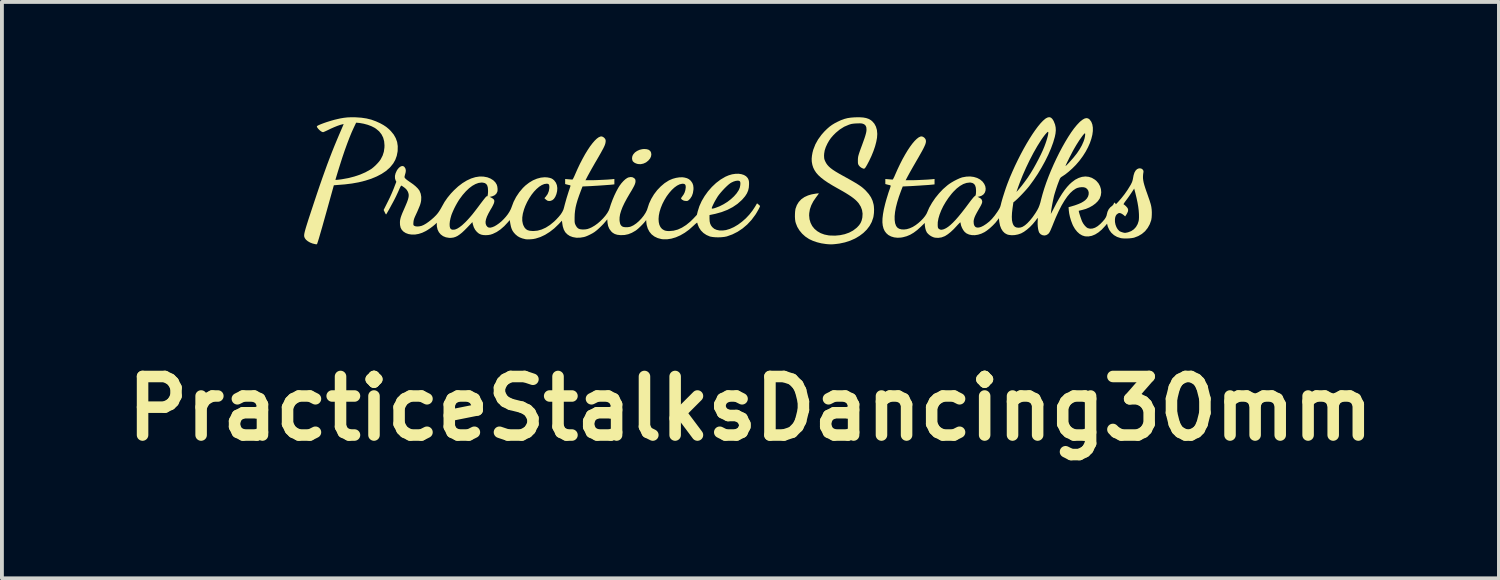
<source format=kicad_pcb>
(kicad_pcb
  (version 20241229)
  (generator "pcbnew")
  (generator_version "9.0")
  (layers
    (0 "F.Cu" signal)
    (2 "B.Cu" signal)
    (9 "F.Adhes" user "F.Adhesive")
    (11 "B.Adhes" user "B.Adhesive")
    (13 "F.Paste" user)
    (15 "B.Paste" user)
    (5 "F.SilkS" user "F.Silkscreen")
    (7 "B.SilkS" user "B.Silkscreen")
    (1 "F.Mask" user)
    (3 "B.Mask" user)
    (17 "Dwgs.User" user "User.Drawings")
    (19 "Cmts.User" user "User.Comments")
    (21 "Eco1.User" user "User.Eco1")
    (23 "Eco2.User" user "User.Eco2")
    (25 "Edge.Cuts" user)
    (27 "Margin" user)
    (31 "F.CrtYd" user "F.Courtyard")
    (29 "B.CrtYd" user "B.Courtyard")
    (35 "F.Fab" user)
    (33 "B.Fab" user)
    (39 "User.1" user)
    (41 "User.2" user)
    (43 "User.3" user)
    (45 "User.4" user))
  (footprint "PracticeStalksDancing30mm"
    (layer "F.Cu")
    (at 16.481 7.583)
    (property "Reference" "PracticeStalksDancing30mm" (at 0 0 0) (layer "F.SilkS") (effects (font (size 1.524 1.524) (thickness 0.3))))
    (attr board_only exclude_from_pos_files exclude_from_bom)
    (fp_poly (pts (xy -2.699 -6.75) (xy -2.647 -6.734) (xy -2.609 -6.704) (xy -2.606 -6.701) (xy -2.586 -6.662) (xy -2.579 -6.614) (xy -2.587 -6.563) (xy -2.608 -6.515) (xy -2.609 -6.512) (xy -2.658 -6.453) (xy -2.717 -6.406) (xy -2.785 -6.375) (xy -2.857 -6.36) (xy -2.929 -6.364) (xy -2.929 -6.364) (xy -2.979 -6.379) (xy -3.024 -6.402) (xy -3.057 -6.431) (xy -3.065 -6.443) (xy -3.075 -6.471) (xy -3.081 -6.509) (xy -3.081 -6.52) (xy -3.072 -6.572) (xy -3.045 -6.622) (xy -3.004 -6.667) (xy -2.95 -6.704) (xy -2.888 -6.733) (xy -2.819 -6.75) (xy -2.766 -6.755)) (stroke (width 0) (type solid)) (fill yes) (layer "F.SilkS"))
    (fp_poly (pts (xy -10.301 -7.581) (xy -10.276 -7.58) (xy -10.128 -7.57) (xy -9.993 -7.55) (xy -9.867 -7.519) (xy -9.744 -7.474) (xy -9.64 -7.427) (xy -9.551 -7.378) (xy -9.476 -7.328) (xy -9.407 -7.27) (xy -9.358 -7.221) (xy -9.285 -7.132) (xy -9.231 -7.037) (xy -9.195 -6.937) (xy -9.179 -6.83) (xy -9.181 -6.715) (xy -9.183 -6.69) (xy -9.205 -6.577) (xy -9.243 -6.473) (xy -9.297 -6.378) (xy -9.37 -6.288) (xy -9.394 -6.263) (xy -9.488 -6.181) (xy -9.599 -6.107) (xy -9.727 -6.04) (xy -9.869 -5.981) (xy -10.024 -5.931) (xy -10.192 -5.889) (xy -10.37 -5.857) (xy -10.557 -5.834) (xy -10.584 -5.832) (xy -10.641 -5.827) (xy -10.696 -5.823) (xy -10.744 -5.819) (xy -10.779 -5.816) (xy -10.781 -5.816) (xy -10.842 -5.811) (xy -10.89 -5.639) (xy -10.944 -5.445) (xy -10.993 -5.269) (xy -11.037 -5.111) (xy -11.077 -4.969) (xy -11.112 -4.844) (xy -11.143 -4.733) (xy -11.171 -4.637) (xy -11.195 -4.554) (xy -11.215 -4.484) (xy -11.232 -4.426) (xy -11.247 -4.378) (xy -11.259 -4.341) (xy -11.268 -4.313) (xy -11.275 -4.293) (xy -11.281 -4.281) (xy -11.284 -4.276) (xy -11.285 -4.275) (xy -11.306 -4.276) (xy -11.324 -4.278) (xy -11.395 -4.295) (xy -11.462 -4.321) (xy -11.52 -4.355) (xy -11.566 -4.393) (xy -11.592 -4.427) (xy -11.601 -4.444) (xy -11.608 -4.46) (xy -11.613 -4.478) (xy -11.615 -4.498) (xy -11.614 -4.523) (xy -11.61 -4.553) (xy -11.602 -4.591) (xy -11.59 -4.637) (xy -11.574 -4.695) (xy -11.553 -4.764) (xy -11.527 -4.846) (xy -11.496 -4.944) (xy -11.458 -5.059) (xy -11.439 -5.117) (xy -11.359 -5.359) (xy -11.284 -5.584) (xy -11.213 -5.794) (xy -11.158 -5.952) (xy -10.802 -5.952) (xy -10.768 -5.952) (xy -10.744 -5.954) (xy -10.706 -5.958) (xy -10.66 -5.964) (xy -10.632 -5.968) (xy -10.466 -5.998) (xy -10.307 -6.039) (xy -10.158 -6.089) (xy -10.022 -6.148) (xy -9.902 -6.214) (xy -9.869 -6.235) (xy -9.819 -6.273) (xy -9.765 -6.321) (xy -9.713 -6.374) (xy -9.665 -6.428) (xy -9.629 -6.477) (xy -9.622 -6.488) (xy -9.573 -6.583) (xy -9.541 -6.683) (xy -9.526 -6.789) (xy -9.524 -6.851) (xy -9.533 -6.956) (xy -9.559 -7.052) (xy -9.603 -7.138) (xy -9.664 -7.215) (xy -9.743 -7.281) (xy -9.782 -7.307) (xy -9.865 -7.349) (xy -9.961 -7.385) (xy -10.065 -7.413) (xy -10.17 -7.432) (xy -10.211 -7.436) (xy -10.262 -7.44) (xy -10.323 -7.312) (xy -10.378 -7.191) (xy -10.435 -7.052) (xy -10.495 -6.895) (xy -10.558 -6.721) (xy -10.622 -6.532) (xy -10.687 -6.328) (xy -10.738 -6.165) (xy -10.802 -5.952) (xy -11.158 -5.952) (xy -11.145 -5.99) (xy -11.079 -6.174) (xy -11.016 -6.349) (xy -10.953 -6.515) (xy -10.891 -6.676) (xy -10.828 -6.833) (xy -10.764 -6.987) (xy -10.699 -7.141) (xy -10.688 -7.166) (xy -10.586 -7.404) (xy -10.617 -7.398) (xy -10.678 -7.382) (xy -10.752 -7.356) (xy -10.834 -7.323) (xy -10.922 -7.284) (xy -10.963 -7.264) (xy -11.013 -7.24) (xy -11.058 -7.219) (xy -11.094 -7.203) (xy -11.117 -7.194) (xy -11.124 -7.193) (xy -11.15 -7.2) (xy -11.183 -7.22) (xy -11.217 -7.248) (xy -11.248 -7.28) (xy -11.272 -7.311) (xy -11.284 -7.338) (xy -11.284 -7.345) (xy -11.275 -7.355) (xy -11.249 -7.37) (xy -11.21 -7.388) (xy -11.158 -7.409) (xy -11.099 -7.431) (xy -11.033 -7.454) (xy -10.963 -7.476) (xy -10.893 -7.497) (xy -10.825 -7.516) (xy -10.779 -7.527) (xy -10.674 -7.551) (xy -10.58 -7.567) (xy -10.491 -7.577) (xy -10.401 -7.581)) (stroke (width 0) (type solid)) (fill yes) (layer "F.SilkS"))
    (fp_poly (pts (xy 2.935 -7.575) (xy 3.011 -7.561) (xy 3.075 -7.539) (xy 3.131 -7.508) (xy 3.169 -7.478) (xy 3.225 -7.414) (xy 3.266 -7.338) (xy 3.292 -7.25) (xy 3.301 -7.152) (xy 3.301 -7.144) (xy 3.295 -7.048) (xy 3.275 -6.941) (xy 3.244 -6.824) (xy 3.202 -6.701) (xy 3.15 -6.573) (xy 3.089 -6.444) (xy 3.035 -6.342) (xy 3.008 -6.296) (xy 2.988 -6.265) (xy 2.971 -6.248) (xy 2.954 -6.242) (xy 2.933 -6.246) (xy 2.905 -6.259) (xy 2.893 -6.264) (xy 2.852 -6.293) (xy 2.823 -6.326) (xy 2.81 -6.347) (xy 2.802 -6.368) (xy 2.798 -6.393) (xy 2.797 -6.429) (xy 2.797 -6.457) (xy 2.797 -6.488) (xy 2.799 -6.515) (xy 2.802 -6.541) (xy 2.807 -6.57) (xy 2.816 -6.602) (xy 2.828 -6.642) (xy 2.845 -6.692) (xy 2.867 -6.754) (xy 2.895 -6.83) (xy 2.911 -6.873) (xy 2.944 -6.965) (xy 2.971 -7.041) (xy 2.991 -7.104) (xy 3.005 -7.155) (xy 3.015 -7.198) (xy 3.02 -7.235) (xy 3.021 -7.266) (xy 3.016 -7.321) (xy 2.999 -7.362) (xy 2.969 -7.392) (xy 2.945 -7.405) (xy 2.923 -7.413) (xy 2.901 -7.419) (xy 2.874 -7.422) (xy 2.839 -7.423) (xy 2.789 -7.421) (xy 2.772 -7.421) (xy 2.713 -7.418) (xy 2.667 -7.413) (xy 2.629 -7.407) (xy 2.59 -7.396) (xy 2.558 -7.385) (xy 2.439 -7.334) (xy 2.326 -7.263) (xy 2.223 -7.178) (xy 2.153 -7.108) (xy 2.096 -7.042) (xy 2.048 -6.973) (xy 2.006 -6.9) (xy 1.962 -6.806) (xy 1.933 -6.719) (xy 1.919 -6.635) (xy 1.916 -6.582) (xy 1.918 -6.536) (xy 1.922 -6.501) (xy 1.931 -6.47) (xy 1.947 -6.433) (xy 1.948 -6.431) (xy 1.972 -6.385) (xy 2.003 -6.341) (xy 2.041 -6.299) (xy 2.088 -6.257) (xy 2.146 -6.214) (xy 2.218 -6.167) (xy 2.304 -6.116) (xy 2.391 -6.067) (xy 2.5 -6.007) (xy 2.593 -5.955) (xy 2.672 -5.91) (xy 2.738 -5.871) (xy 2.795 -5.836) (xy 2.842 -5.805) (xy 2.883 -5.776) (xy 2.919 -5.748) (xy 2.952 -5.719) (xy 2.984 -5.69) (xy 3.006 -5.667) (xy 3.081 -5.582) (xy 3.138 -5.497) (xy 3.179 -5.408) (xy 3.205 -5.313) (xy 3.212 -5.272) (xy 3.218 -5.183) (xy 3.215 -5.089) (xy 3.203 -4.999) (xy 3.195 -4.965) (xy 3.157 -4.855) (xy 3.101 -4.752) (xy 3.028 -4.657) (xy 2.94 -4.57) (xy 2.838 -4.493) (xy 2.723 -4.425) (xy 2.597 -4.369) (xy 2.461 -4.325) (xy 2.316 -4.294) (xy 2.222 -4.282) (xy 2.169 -4.277) (xy 2.126 -4.274) (xy 2.087 -4.274) (xy 2.046 -4.275) (xy 1.996 -4.279) (xy 1.958 -4.283) (xy 1.846 -4.3) (xy 1.733 -4.328) (xy 1.626 -4.365) (xy 1.531 -4.409) (xy 1.524 -4.413) (xy 1.429 -4.476) (xy 1.345 -4.552) (xy 1.275 -4.637) (xy 1.219 -4.729) (xy 1.181 -4.826) (xy 1.17 -4.867) (xy 1.162 -4.923) (xy 1.158 -4.99) (xy 1.159 -5.061) (xy 1.163 -5.129) (xy 1.171 -5.187) (xy 1.174 -5.202) (xy 1.208 -5.294) (xy 1.258 -5.376) (xy 1.323 -5.446) (xy 1.404 -5.503) (xy 1.498 -5.546) (xy 1.583 -5.572) (xy 1.63 -5.581) (xy 1.676 -5.589) (xy 1.718 -5.596) (xy 1.753 -5.599) (xy 1.775 -5.6) (xy 1.781 -5.597) (xy 1.775 -5.588) (xy 1.759 -5.566) (xy 1.736 -5.535) (xy 1.71 -5.5) (xy 1.637 -5.394) (xy 1.584 -5.291) (xy 1.548 -5.188) (xy 1.531 -5.086) (xy 1.528 -5.027) (xy 1.538 -4.926) (xy 1.565 -4.834) (xy 1.608 -4.75) (xy 1.667 -4.677) (xy 1.741 -4.615) (xy 1.827 -4.565) (xy 1.925 -4.529) (xy 2.034 -4.507) (xy 2.067 -4.504) (xy 2.203 -4.5) (xy 2.333 -4.512) (xy 2.455 -4.538) (xy 2.568 -4.578) (xy 2.67 -4.632) (xy 2.757 -4.698) (xy 2.777 -4.716) (xy 2.83 -4.773) (xy 2.867 -4.829) (xy 2.893 -4.889) (xy 2.91 -4.958) (xy 2.913 -4.974) (xy 2.919 -5.072) (xy 2.905 -5.166) (xy 2.872 -5.254) (xy 2.82 -5.338) (xy 2.804 -5.358) (xy 2.768 -5.398) (xy 2.727 -5.437) (xy 2.678 -5.477) (xy 2.621 -5.519) (xy 2.553 -5.564) (xy 2.473 -5.614) (xy 2.378 -5.669) (xy 2.267 -5.732) (xy 2.266 -5.732) (xy 2.133 -5.808) (xy 2.017 -5.879) (xy 1.919 -5.946) (xy 1.836 -6.011) (xy 1.767 -6.074) (xy 1.711 -6.138) (xy 1.668 -6.203) (xy 1.635 -6.27) (xy 1.612 -6.341) (xy 1.598 -6.417) (xy 1.596 -6.438) (xy 1.594 -6.502) (xy 1.601 -6.578) (xy 1.615 -6.658) (xy 1.635 -6.735) (xy 1.637 -6.74) (xy 1.69 -6.876) (xy 1.761 -7.004) (xy 1.849 -7.125) (xy 1.923 -7.209) (xy 1.993 -7.278) (xy 2.058 -7.335) (xy 2.124 -7.383) (xy 2.196 -7.427) (xy 2.266 -7.463) (xy 2.358 -7.506) (xy 2.443 -7.537) (xy 2.528 -7.559) (xy 2.618 -7.572) (xy 2.721 -7.58) (xy 2.738 -7.58) (xy 2.845 -7.581)) (stroke (width 0) (type solid)) (fill yes) (layer "F.SilkS"))
    (fp_poly (pts (xy 7.823 -7.57) (xy 7.858 -7.537) (xy 7.891 -7.485) (xy 7.898 -7.468) (xy 7.928 -7.393) (xy 7.944 -7.318) (xy 7.948 -7.242) (xy 7.94 -7.157) (xy 7.922 -7.069) (xy 7.879 -6.923) (xy 7.822 -6.768) (xy 7.752 -6.606) (xy 7.67 -6.44) (xy 7.578 -6.273) (xy 7.478 -6.106) (xy 7.369 -5.944) (xy 7.255 -5.788) (xy 7.254 -5.787) (xy 7.218 -5.743) (xy 7.172 -5.69) (xy 7.12 -5.633) (xy 7.065 -5.574) (xy 7.011 -5.518) (xy 6.959 -5.467) (xy 6.914 -5.425) (xy 6.881 -5.396) (xy 6.844 -5.367) (xy 6.822 -5.217) (xy 6.808 -5.095) (xy 6.803 -4.989) (xy 6.807 -4.901) (xy 6.822 -4.83) (xy 6.845 -4.774) (xy 6.879 -4.735) (xy 6.886 -4.729) (xy 6.927 -4.712) (xy 6.977 -4.706) (xy 7.031 -4.712) (xy 7.084 -4.73) (xy 7.086 -4.732) (xy 7.145 -4.769) (xy 7.208 -4.824) (xy 7.275 -4.895) (xy 7.343 -4.979) (xy 7.41 -5.075) (xy 7.427 -5.101) (xy 7.467 -5.167) (xy 7.499 -5.229) (xy 7.524 -5.293) (xy 7.547 -5.366) (xy 7.563 -5.432) (xy 7.601 -5.574) (xy 7.646 -5.723) (xy 7.698 -5.876) (xy 7.757 -6.033) (xy 7.821 -6.191) (xy 7.874 -6.312) (xy 8.202 -6.312) (xy 8.212 -6.319) (xy 8.233 -6.339) (xy 8.261 -6.367) (xy 8.294 -6.402) (xy 8.302 -6.41) (xy 8.408 -6.53) (xy 8.497 -6.642) (xy 8.569 -6.749) (xy 8.627 -6.852) (xy 8.671 -6.952) (xy 8.68 -6.978) (xy 8.694 -7.022) (xy 8.704 -7.067) (xy 8.71 -7.107) (xy 8.713 -7.139) (xy 8.71 -7.159) (xy 8.705 -7.163) (xy 8.691 -7.155) (xy 8.669 -7.131) (xy 8.639 -7.094) (xy 8.605 -7.046) (xy 8.565 -6.99) (xy 8.524 -6.926) (xy 8.481 -6.858) (xy 8.447 -6.8) (xy 8.421 -6.755) (xy 8.392 -6.703) (xy 8.362 -6.645) (xy 8.331 -6.585) (xy 8.3 -6.526) (xy 8.272 -6.468) (xy 8.246 -6.416) (xy 8.225 -6.372) (xy 8.21 -6.339) (xy 8.203 -6.318) (xy 8.202 -6.312) (xy 7.874 -6.312) (xy 7.89 -6.349) (xy 7.963 -6.505) (xy 8.038 -6.657) (xy 8.115 -6.802) (xy 8.193 -6.94) (xy 8.271 -7.069) (xy 8.347 -7.186) (xy 8.422 -7.29) (xy 8.495 -7.379) (xy 8.563 -7.451) (xy 8.591 -7.477) (xy 8.65 -7.522) (xy 8.702 -7.55) (xy 8.748 -7.559) (xy 8.788 -7.551) (xy 8.825 -7.526) (xy 8.83 -7.52) (xy 8.872 -7.463) (xy 8.899 -7.393) (xy 8.912 -7.312) (xy 8.912 -7.223) (xy 8.899 -7.125) (xy 8.873 -7.021) (xy 8.836 -6.912) (xy 8.786 -6.8) (xy 8.726 -6.687) (xy 8.654 -6.573) (xy 8.571 -6.46) (xy 8.549 -6.433) (xy 8.468 -6.339) (xy 8.378 -6.249) (xy 8.285 -6.166) (xy 8.193 -6.093) (xy 8.124 -6.047) (xy 8.097 -6.03) (xy 8.078 -6.015) (xy 8.064 -5.998) (xy 8.051 -5.975) (xy 8.037 -5.939) (xy 8.025 -5.909) (xy 7.99 -5.816) (xy 7.956 -5.715) (xy 7.925 -5.616) (xy 7.908 -5.559) (xy 7.897 -5.516) (xy 7.885 -5.46) (xy 7.871 -5.395) (xy 7.858 -5.328) (xy 7.846 -5.263) (xy 7.836 -5.206) (xy 7.829 -5.161) (xy 7.828 -5.152) (xy 7.824 -5.115) (xy 7.82 -5.084) (xy 7.817 -5.067) (xy 7.82 -5.069) (xy 7.83 -5.086) (xy 7.847 -5.117) (xy 7.869 -5.158) (xy 7.894 -5.207) (xy 7.969 -5.352) (xy 8.041 -5.479) (xy 8.11 -5.59) (xy 8.177 -5.686) (xy 8.243 -5.769) (xy 8.309 -5.84) (xy 8.363 -5.889) (xy 8.451 -5.955) (xy 8.54 -6.001) (xy 8.63 -6.03) (xy 8.718 -6.04) (xy 8.804 -6.031) (xy 8.887 -6.004) (xy 8.965 -5.957) (xy 9.004 -5.925) (xy 9.059 -5.861) (xy 9.099 -5.788) (xy 9.123 -5.709) (xy 9.13 -5.627) (xy 9.119 -5.546) (xy 9.091 -5.468) (xy 9.086 -5.459) (xy 9.042 -5.397) (xy 8.981 -5.337) (xy 8.907 -5.282) (xy 8.823 -5.235) (xy 8.731 -5.196) (xy 8.643 -5.171) (xy 8.603 -5.161) (xy 8.57 -5.153) (xy 8.55 -5.148) (xy 8.545 -5.146) (xy 8.546 -5.136) (xy 8.552 -5.11) (xy 8.562 -5.073) (xy 8.575 -5.03) (xy 8.59 -4.984) (xy 8.606 -4.939) (xy 8.62 -4.899) (xy 8.633 -4.869) (xy 8.635 -4.863) (xy 8.665 -4.81) (xy 8.702 -4.761) (xy 8.74 -4.722) (xy 8.776 -4.697) (xy 8.781 -4.695) (xy 8.84 -4.681) (xy 8.904 -4.685) (xy 8.97 -4.707) (xy 9.038 -4.747) (xy 9.105 -4.803) (xy 9.111 -4.809) (xy 9.172 -4.872) (xy 9.214 -4.922) (xy 9.487 -4.922) (xy 9.488 -4.855) (xy 9.501 -4.788) (xy 9.525 -4.723) (xy 9.557 -4.668) (xy 9.596 -4.626) (xy 9.61 -4.615) (xy 9.639 -4.601) (xy 9.679 -4.587) (xy 9.72 -4.576) (xy 9.749 -4.572) (xy 9.77 -4.575) (xy 9.802 -4.581) (xy 9.829 -4.587) (xy 9.91 -4.618) (xy 9.979 -4.665) (xy 10.035 -4.726) (xy 10.078 -4.801) (xy 10.104 -4.881) (xy 10.11 -4.922) (xy 10.113 -4.979) (xy 10.112 -5.053) (xy 10.111 -5.076) (xy 10.105 -5.161) (xy 10.093 -5.255) (xy 10.075 -5.36) (xy 10.05 -5.478) (xy 10.018 -5.611) (xy 10.011 -5.636) (xy 9.988 -5.724) (xy 9.91 -5.606) (xy 9.874 -5.553) (xy 9.835 -5.497) (xy 9.797 -5.445) (xy 9.765 -5.403) (xy 9.765 -5.403) (xy 9.734 -5.36) (xy 9.716 -5.331) (xy 9.711 -5.316) (xy 9.713 -5.314) (xy 9.733 -5.302) (xy 9.76 -5.279) (xy 9.787 -5.252) (xy 9.81 -5.225) (xy 9.82 -5.209) (xy 9.831 -5.17) (xy 9.824 -5.125) (xy 9.799 -5.072) (xy 9.788 -5.054) (xy 9.753 -5.001) (xy 9.714 -5.036) (xy 9.682 -5.059) (xy 9.648 -5.078) (xy 9.635 -5.083) (xy 9.607 -5.089) (xy 9.586 -5.087) (xy 9.561 -5.073) (xy 9.559 -5.072) (xy 9.527 -5.046) (xy 9.506 -5.012) (xy 9.492 -4.966) (xy 9.487 -4.922) (xy 9.214 -4.922) (xy 9.218 -4.927) (xy 9.249 -4.975) (xy 9.268 -5.018) (xy 9.275 -5.048) (xy 9.293 -5.121) (xy 9.325 -5.187) (xy 9.369 -5.24) (xy 9.404 -5.267) (xy 9.439 -5.299) (xy 9.454 -5.327) (xy 9.465 -5.353) (xy 9.476 -5.36) (xy 9.489 -5.35) (xy 9.497 -5.34) (xy 9.512 -5.317) (xy 9.574 -5.382) (xy 9.656 -5.476) (xy 9.739 -5.581) (xy 9.817 -5.693) (xy 9.885 -5.803) (xy 9.903 -5.834) (xy 9.932 -5.894) (xy 9.949 -5.949) (xy 9.955 -5.979) (xy 9.972 -6.07) (xy 9.995 -6.142) (xy 10.026 -6.195) (xy 10.063 -6.231) (xy 10.108 -6.25) (xy 10.137 -6.252) (xy 10.175 -6.245) (xy 10.206 -6.224) (xy 10.226 -6.195) (xy 10.231 -6.162) (xy 10.23 -6.16) (xy 10.221 -6.102) (xy 10.217 -6.049) (xy 10.217 -5.997) (xy 10.223 -5.943) (xy 10.234 -5.884) (xy 10.252 -5.816) (xy 10.277 -5.736) (xy 10.309 -5.642) (xy 10.315 -5.627) (xy 10.345 -5.541) (xy 10.369 -5.471) (xy 10.389 -5.415) (xy 10.403 -5.368) (xy 10.415 -5.33) (xy 10.424 -5.296) (xy 10.431 -5.264) (xy 10.435 -5.242) (xy 10.443 -5.181) (xy 10.447 -5.111) (xy 10.446 -5.038) (xy 10.442 -4.97) (xy 10.433 -4.913) (xy 10.431 -4.902) (xy 10.393 -4.796) (xy 10.339 -4.7) (xy 10.271 -4.615) (xy 10.189 -4.545) (xy 10.094 -4.489) (xy 9.99 -4.449) (xy 9.979 -4.446) (xy 9.924 -4.436) (xy 9.858 -4.429) (xy 9.788 -4.426) (xy 9.719 -4.427) (xy 9.66 -4.432) (xy 9.634 -4.437) (xy 9.542 -4.467) (xy 9.462 -4.513) (xy 9.394 -4.574) (xy 9.341 -4.647) (xy 9.302 -4.733) (xy 9.293 -4.766) (xy 9.282 -4.811) (xy 9.234 -4.754) (xy 9.147 -4.66) (xy 9.06 -4.586) (xy 8.972 -4.531) (xy 8.884 -4.495) (xy 8.796 -4.479) (xy 8.709 -4.482) (xy 8.702 -4.484) (xy 8.633 -4.506) (xy 8.566 -4.546) (xy 8.504 -4.602) (xy 8.447 -4.673) (xy 8.398 -4.757) (xy 8.378 -4.802) (xy 8.344 -4.892) (xy 8.316 -4.987) (xy 8.296 -5.08) (xy 8.286 -5.159) (xy 8.28 -5.241) (xy 8.339 -5.257) (xy 8.445 -5.289) (xy 8.533 -5.321) (xy 8.607 -5.353) (xy 8.668 -5.389) (xy 8.715 -5.423) (xy 8.758 -5.469) (xy 8.788 -5.521) (xy 8.803 -5.575) (xy 8.804 -5.628) (xy 8.79 -5.676) (xy 8.761 -5.717) (xy 8.723 -5.745) (xy 8.679 -5.759) (xy 8.625 -5.762) (xy 8.565 -5.756) (xy 8.506 -5.741) (xy 8.467 -5.723) (xy 8.395 -5.675) (xy 8.321 -5.607) (xy 8.247 -5.519) (xy 8.173 -5.411) (xy 8.098 -5.285) (xy 8.024 -5.139) (xy 7.949 -4.975) (xy 7.888 -4.827) (xy 7.857 -4.749) (xy 7.831 -4.688) (xy 7.811 -4.64) (xy 7.793 -4.604) (xy 7.778 -4.578) (xy 7.763 -4.558) (xy 7.748 -4.543) (xy 7.743 -4.539) (xy 7.699 -4.513) (xy 7.65 -4.504) (xy 7.601 -4.512) (xy 7.556 -4.534) (xy 7.521 -4.571) (xy 7.517 -4.577) (xy 7.501 -4.617) (xy 7.488 -4.671) (xy 7.479 -4.736) (xy 7.475 -4.805) (xy 7.476 -4.875) (xy 7.477 -4.884) (xy 7.479 -4.921) (xy 7.48 -4.948) (xy 7.479 -4.961) (xy 7.479 -4.962) (xy 7.472 -4.955) (xy 7.455 -4.935) (xy 7.433 -4.906) (xy 7.421 -4.889) (xy 7.35 -4.803) (xy 7.274 -4.724) (xy 7.196 -4.656) (xy 7.119 -4.6) (xy 7.047 -4.56) (xy 7.045 -4.559) (xy 6.964 -4.531) (xy 6.881 -4.515) (xy 6.798 -4.511) (xy 6.722 -4.52) (xy 6.68 -4.532) (xy 6.62 -4.565) (xy 6.569 -4.615) (xy 6.528 -4.68) (xy 6.497 -4.76) (xy 6.478 -4.853) (xy 6.474 -4.886) (xy 6.468 -4.954) (xy 6.436 -4.911) (xy 6.378 -4.837) (xy 6.307 -4.763) (xy 6.231 -4.693) (xy 6.154 -4.632) (xy 6.094 -4.592) (xy 6.011 -4.552) (xy 5.926 -4.525) (xy 5.842 -4.512) (xy 5.762 -4.514) (xy 5.689 -4.529) (xy 5.624 -4.558) (xy 5.577 -4.596) (xy 5.54 -4.643) (xy 5.508 -4.7) (xy 5.484 -4.759) (xy 5.475 -4.798) (xy 5.47 -4.826) (xy 5.465 -4.844) (xy 5.462 -4.847) (xy 5.454 -4.841) (xy 5.435 -4.823) (xy 5.408 -4.795) (xy 5.376 -4.761) (xy 5.371 -4.755) (xy 5.291 -4.669) (xy 5.213 -4.596) (xy 5.138 -4.536) (xy 5.069 -4.492) (xy 5.055 -4.485) (xy 4.973 -4.454) (xy 4.888 -4.442) (xy 4.805 -4.447) (xy 4.769 -4.456) (xy 4.721 -4.476) (xy 4.671 -4.506) (xy 4.627 -4.543) (xy 4.594 -4.58) (xy 4.591 -4.585) (xy 4.567 -4.635) (xy 4.55 -4.697) (xy 4.54 -4.762) (xy 4.539 -4.773) (xy 4.539 -4.778) (xy 4.874 -4.778) (xy 4.876 -4.738) (xy 4.88 -4.712) (xy 4.887 -4.694) (xy 4.9 -4.681) (xy 4.905 -4.676) (xy 4.936 -4.658) (xy 4.972 -4.653) (xy 5.017 -4.662) (xy 5.04 -4.67) (xy 5.091 -4.694) (xy 5.145 -4.729) (xy 5.204 -4.776) (xy 5.268 -4.836) (xy 5.338 -4.909) (xy 5.415 -4.997) (xy 5.499 -5.1) (xy 5.591 -5.218) (xy 5.692 -5.353) (xy 5.697 -5.36) (xy 5.74 -5.417) (xy 5.778 -5.464) (xy 5.808 -5.5) (xy 5.829 -5.522) (xy 5.839 -5.528) (xy 5.853 -5.538) (xy 5.863 -5.559) (xy 5.869 -5.594) (xy 5.872 -5.645) (xy 5.872 -5.677) (xy 5.866 -5.749) (xy 5.849 -5.805) (xy 5.821 -5.845) (xy 5.78 -5.87) (xy 5.727 -5.882) (xy 5.706 -5.882) (xy 5.624 -5.872) (xy 5.54 -5.843) (xy 5.455 -5.794) (xy 5.368 -5.727) (xy 5.281 -5.641) (xy 5.234 -5.587) (xy 5.154 -5.484) (xy 5.082 -5.376) (xy 5.018 -5.266) (xy 4.965 -5.156) (xy 4.923 -5.048) (xy 4.893 -4.946) (xy 4.876 -4.852) (xy 4.874 -4.778) (xy 4.539 -4.778) (xy 4.537 -4.83) (xy 4.437 -4.733) (xy 4.341 -4.646) (xy 4.249 -4.577) (xy 4.159 -4.524) (xy 4.067 -4.485) (xy 3.971 -4.459) (xy 3.919 -4.45) (xy 3.828 -4.445) (xy 3.74 -4.455) (xy 3.66 -4.479) (xy 3.589 -4.517) (xy 3.535 -4.565) (xy 3.494 -4.62) (xy 3.464 -4.685) (xy 3.444 -4.761) (xy 3.435 -4.847) (xy 3.437 -4.946) (xy 3.45 -5.059) (xy 3.473 -5.186) (xy 3.507 -5.328) (xy 3.53 -5.413) (xy 3.549 -5.478) (xy 3.57 -5.545) (xy 3.589 -5.608) (xy 3.607 -5.661) (xy 3.616 -5.686) (xy 3.631 -5.728) (xy 3.642 -5.764) (xy 3.65 -5.789) (xy 3.651 -5.797) (xy 3.643 -5.808) (xy 3.622 -5.816) (xy 3.619 -5.816) (xy 3.587 -5.823) (xy 3.552 -5.832) (xy 3.549 -5.833) (xy 3.511 -5.843) (xy 3.511 -5.974) (xy 3.597 -5.967) (xy 3.638 -5.964) (xy 3.672 -5.961) (xy 3.694 -5.959) (xy 3.698 -5.959) (xy 3.709 -5.967) (xy 3.725 -5.995) (xy 3.748 -6.042) (xy 3.766 -6.084) (xy 3.829 -6.227) (xy 3.894 -6.363) (xy 3.959 -6.491) (xy 4.025 -6.609) (xy 4.09 -6.717) (xy 4.153 -6.812) (xy 4.215 -6.896) (xy 4.274 -6.965) (xy 4.329 -7.019) (xy 4.38 -7.058) (xy 4.425 -7.079) (xy 4.452 -7.083) (xy 4.488 -7.074) (xy 4.523 -7.052) (xy 4.55 -7.021) (xy 4.558 -7.007) (xy 4.565 -6.985) (xy 4.568 -6.962) (xy 4.567 -6.935) (xy 4.56 -6.904) (xy 4.548 -6.867) (xy 4.528 -6.822) (xy 4.502 -6.768) (xy 4.467 -6.702) (xy 4.423 -6.624) (xy 4.371 -6.532) (xy 4.325 -6.453) (xy 4.282 -6.378) (xy 4.239 -6.304) (xy 4.198 -6.232) (xy 4.161 -6.167) (xy 4.13 -6.111) (xy 4.107 -6.068) (xy 4.102 -6.06) (xy 4.04 -5.942) (xy 4.173 -5.943) (xy 4.235 -5.943) (xy 4.308 -5.945) (xy 4.389 -5.948) (xy 4.472 -5.952) (xy 4.553 -5.956) (xy 4.627 -5.96) (xy 4.69 -5.965) (xy 4.729 -5.968) (xy 4.792 -5.975) (xy 4.792 -5.834) (xy 4.734 -5.828) (xy 4.692 -5.824) (xy 4.633 -5.819) (xy 4.562 -5.814) (xy 4.483 -5.809) (xy 4.4 -5.803) (xy 4.317 -5.798) (xy 4.239 -5.793) (xy 4.168 -5.789) (xy 4.115 -5.787) (xy 3.964 -5.78) (xy 3.919 -5.664) (xy 3.864 -5.512) (xy 3.82 -5.369) (xy 3.786 -5.236) (xy 3.764 -5.115) (xy 3.753 -5.005) (xy 3.754 -4.908) (xy 3.765 -4.825) (xy 3.789 -4.758) (xy 3.795 -4.747) (xy 3.828 -4.706) (xy 3.874 -4.678) (xy 3.932 -4.663) (xy 3.998 -4.66) (xy 4.071 -4.669) (xy 4.147 -4.692) (xy 4.225 -4.727) (xy 4.23 -4.73) (xy 4.299 -4.773) (xy 4.369 -4.826) (xy 4.435 -4.885) (xy 4.495 -4.947) (xy 4.545 -5.009) (xy 4.583 -5.068) (xy 4.599 -5.103) (xy 4.654 -5.229) (xy 4.727 -5.357) (xy 4.812 -5.482) (xy 4.909 -5.601) (xy 5.012 -5.71) (xy 5.121 -5.805) (xy 5.169 -5.842) (xy 5.232 -5.883) (xy 5.302 -5.924) (xy 5.375 -5.961) (xy 5.443 -5.992) (xy 5.503 -6.014) (xy 5.517 -6.018) (xy 5.619 -6.036) (xy 5.719 -6.04) (xy 5.813 -6.028) (xy 5.9 -6.002) (xy 5.976 -5.962) (xy 6.04 -5.908) (xy 6.043 -5.905) (xy 6.085 -5.847) (xy 6.112 -5.787) (xy 6.122 -5.727) (xy 6.118 -5.67) (xy 6.099 -5.617) (xy 6.066 -5.573) (xy 6.019 -5.54) (xy 5.967 -5.521) (xy 5.911 -5.509) (xy 5.944 -5.495) (xy 5.991 -5.468) (xy 6.021 -5.434) (xy 6.032 -5.394) (xy 6.032 -5.39) (xy 6.031 -5.369) (xy 6.026 -5.347) (xy 6.015 -5.32) (xy 5.999 -5.286) (xy 5.974 -5.241) (xy 5.94 -5.182) (xy 5.935 -5.174) (xy 5.891 -5.096) (xy 5.857 -5.031) (xy 5.833 -4.976) (xy 5.818 -4.929) (xy 5.81 -4.887) (xy 5.809 -4.862) (xy 5.814 -4.801) (xy 5.831 -4.755) (xy 5.859 -4.724) (xy 5.898 -4.71) (xy 5.946 -4.711) (xy 6.002 -4.727) (xy 6.067 -4.759) (xy 6.139 -4.806) (xy 6.218 -4.868) (xy 6.285 -4.935) (xy 6.356 -5.02) (xy 6.431 -5.125) (xy 6.44 -5.14) (xy 6.471 -5.189) (xy 6.492 -5.229) (xy 6.507 -5.268) (xy 6.518 -5.309) (xy 6.53 -5.359) (xy 6.548 -5.424) (xy 6.57 -5.499) (xy 6.596 -5.58) (xy 6.614 -5.637) (xy 6.923 -5.637) (xy 6.969 -5.687) (xy 6.992 -5.714) (xy 7.024 -5.753) (xy 7.06 -5.797) (xy 7.096 -5.844) (xy 7.102 -5.852) (xy 7.138 -5.9) (xy 7.173 -5.948) (xy 7.204 -5.991) (xy 7.228 -6.025) (xy 7.23 -6.029) (xy 7.295 -6.129) (xy 7.363 -6.242) (xy 7.43 -6.362) (xy 7.495 -6.484) (xy 7.556 -6.605) (xy 7.609 -6.719) (xy 7.651 -6.82) (xy 7.678 -6.893) (xy 7.702 -6.963) (xy 7.722 -7.029) (xy 7.738 -7.088) (xy 7.748 -7.137) (xy 7.753 -7.174) (xy 7.751 -7.196) (xy 7.744 -7.203) (xy 7.73 -7.195) (xy 7.708 -7.173) (xy 7.679 -7.141) (xy 7.646 -7.1) (xy 7.611 -7.053) (xy 7.577 -7.004) (xy 7.569 -6.993) (xy 7.467 -6.831) (xy 7.366 -6.654) (xy 7.268 -6.466) (xy 7.174 -6.27) (xy 7.086 -6.071) (xy 7.008 -5.874) (xy 6.967 -5.762) (xy 6.923 -5.637) (xy 6.614 -5.637) (xy 6.623 -5.664) (xy 6.65 -5.745) (xy 6.677 -5.82) (xy 6.691 -5.858) (xy 6.751 -6.011) (xy 6.817 -6.164) (xy 6.886 -6.317) (xy 6.959 -6.468) (xy 7.034 -6.616) (xy 7.11 -6.758) (xy 7.187 -6.894) (xy 7.264 -7.022) (xy 7.34 -7.141) (xy 7.414 -7.249) (xy 7.485 -7.344) (xy 7.552 -7.425) (xy 7.615 -7.491) (xy 7.672 -7.54) (xy 7.692 -7.554) (xy 7.741 -7.578) (xy 7.784 -7.583)) (stroke (width 0) (type solid)) (fill yes) (layer "F.SilkS"))
    (fp_poly (pts (xy -3.846 -7.074) (xy -3.811 -7.052) (xy -3.784 -7.022) (xy -3.776 -7.008) (xy -3.768 -6.98) (xy -3.768 -6.949) (xy -3.772 -6.921) (xy -3.777 -6.896) (xy -3.785 -6.871) (xy -3.796 -6.842) (xy -3.811 -6.809) (xy -3.831 -6.768) (xy -3.858 -6.719) (xy -3.891 -6.658) (xy -3.933 -6.585) (xy -3.983 -6.498) (xy -3.999 -6.47) (xy -4.043 -6.396) (xy -4.086 -6.32) (xy -4.128 -6.247) (xy -4.166 -6.179) (xy -4.198 -6.121) (xy -4.222 -6.077) (xy -4.227 -6.069) (xy -4.293 -5.942) (xy -4.16 -5.943) (xy -4.099 -5.943) (xy -4.025 -5.945) (xy -3.945 -5.948) (xy -3.861 -5.952) (xy -3.78 -5.956) (xy -3.706 -5.96) (xy -3.643 -5.965) (xy -3.604 -5.968) (xy -3.541 -5.975) (xy -3.541 -5.835) (xy -3.604 -5.828) (xy -3.658 -5.823) (xy -3.727 -5.818) (xy -3.807 -5.812) (xy -3.893 -5.806) (xy -3.981 -5.8) (xy -4.067 -5.795) (xy -4.145 -5.79) (xy -4.211 -5.787) (xy -4.213 -5.787) (xy -4.37 -5.78) (xy -4.415 -5.664) (xy -4.461 -5.539) (xy -4.499 -5.428) (xy -4.528 -5.328) (xy -4.55 -5.237) (xy -4.564 -5.149) (xy -4.573 -5.064) (xy -4.576 -4.977) (xy -4.576 -4.972) (xy -4.576 -4.915) (xy -4.576 -4.874) (xy -4.573 -4.843) (xy -4.569 -4.82) (xy -4.562 -4.8) (xy -4.552 -4.778) (xy -4.547 -4.767) (xy -4.517 -4.719) (xy -4.482 -4.687) (xy -4.438 -4.668) (xy -4.381 -4.661) (xy -4.357 -4.66) (xy -4.297 -4.663) (xy -4.243 -4.672) (xy -4.19 -4.69) (xy -4.128 -4.718) (xy -4.127 -4.719) (xy -4.053 -4.762) (xy -3.977 -4.817) (xy -3.904 -4.88) (xy -3.836 -4.948) (xy -3.775 -5.019) (xy -3.724 -5.09) (xy -3.686 -5.157) (xy -3.667 -5.207) (xy -3.632 -5.317) (xy -3.59 -5.43) (xy -3.543 -5.542) (xy -3.492 -5.648) (xy -3.441 -5.742) (xy -3.406 -5.798) (xy -3.358 -5.863) (xy -3.307 -5.92) (xy -3.256 -5.967) (xy -3.207 -6.001) (xy -3.172 -6.016) (xy -3.113 -6.026) (xy -3.063 -6.018) (xy -3.021 -5.992) (xy -3.021 -5.992) (xy -3.002 -5.971) (xy -2.993 -5.948) (xy -2.991 -5.916) (xy -2.993 -5.889) (xy -3 -5.861) (xy -3.012 -5.827) (xy -3.031 -5.786) (xy -3.058 -5.736) (xy -3.093 -5.674) (xy -3.137 -5.602) (xy -3.214 -5.47) (xy -3.278 -5.351) (xy -3.329 -5.243) (xy -3.366 -5.146) (xy -3.392 -5.058) (xy -3.405 -4.978) (xy -3.407 -4.905) (xy -3.402 -4.862) (xy -3.391 -4.81) (xy -3.374 -4.774) (xy -3.349 -4.748) (xy -3.329 -4.735) (xy -3.295 -4.724) (xy -3.248 -4.719) (xy -3.196 -4.72) (xy -3.146 -4.727) (xy -3.113 -4.736) (xy -3.044 -4.769) (xy -2.973 -4.817) (xy -2.903 -4.877) (xy -2.837 -4.946) (xy -2.778 -5.019) (xy -2.729 -5.094) (xy -2.693 -5.166) (xy -2.679 -5.208) (xy -2.638 -5.334) (xy -2.581 -5.457) (xy -2.51 -5.575) (xy -2.427 -5.684) (xy -2.334 -5.781) (xy -2.234 -5.866) (xy -2.129 -5.933) (xy -2.106 -5.945) (xy -2.022 -5.98) (xy -1.934 -6.004) (xy -1.846 -6.018) (xy -1.764 -6.019) (xy -1.715 -6.012) (xy -1.651 -5.995) (xy -1.6 -5.969) (xy -1.558 -5.933) (xy -1.547 -5.921) (xy -1.511 -5.869) (xy -1.49 -5.812) (xy -1.482 -5.745) (xy -1.483 -5.698) (xy -1.497 -5.608) (xy -1.524 -5.531) (xy -1.566 -5.466) (xy -1.581 -5.45) (xy -1.607 -5.424) (xy -1.628 -5.409) (xy -1.648 -5.403) (xy -1.674 -5.402) (xy -1.732 -5.41) (xy -1.778 -5.435) (xy -1.794 -5.45) (xy -1.803 -5.462) (xy -1.805 -5.473) (xy -1.797 -5.489) (xy -1.779 -5.514) (xy -1.776 -5.518) (xy -1.738 -5.572) (xy -1.713 -5.622) (xy -1.696 -5.676) (xy -1.691 -5.702) (xy -1.683 -5.761) (xy -1.687 -5.804) (xy -1.701 -5.833) (xy -1.728 -5.848) (xy -1.768 -5.851) (xy -1.781 -5.85) (xy -1.844 -5.835) (xy -1.91 -5.802) (xy -1.978 -5.753) (xy -2.047 -5.689) (xy -2.115 -5.611) (xy -2.181 -5.522) (xy -2.238 -5.428) (xy -2.292 -5.323) (xy -2.334 -5.219) (xy -2.365 -5.119) (xy -2.384 -5.023) (xy -2.391 -4.934) (xy -2.386 -4.853) (xy -2.37 -4.782) (xy -2.341 -4.722) (xy -2.301 -4.675) (xy -2.249 -4.642) (xy -2.213 -4.629) (xy -2.175 -4.622) (xy -2.127 -4.619) (xy -2.111 -4.619) (xy -2.001 -4.629) (xy -1.891 -4.658) (xy -1.782 -4.708) (xy -1.673 -4.777) (xy -1.565 -4.865) (xy -1.485 -4.944) (xy -1.394 -5.041) (xy -1.371 -5.134) (xy -1.347 -5.21) (xy -1.007 -5.21) (xy -0.998 -5.203) (xy -0.977 -5.204) (xy -0.942 -5.213) (xy -0.91 -5.223) (xy -0.803 -5.264) (xy -0.699 -5.317) (xy -0.599 -5.379) (xy -0.508 -5.449) (xy -0.427 -5.524) (xy -0.359 -5.602) (xy -0.307 -5.68) (xy -0.293 -5.709) (xy -0.276 -5.754) (xy -0.266 -5.802) (xy -0.261 -5.848) (xy -0.263 -5.886) (xy -0.272 -5.912) (xy -0.275 -5.915) (xy -0.301 -5.929) (xy -0.34 -5.931) (xy -0.388 -5.924) (xy -0.441 -5.907) (xy -0.494 -5.882) (xy -0.527 -5.862) (xy -0.567 -5.831) (xy -0.616 -5.787) (xy -0.669 -5.735) (xy -0.722 -5.679) (xy -0.773 -5.621) (xy -0.817 -5.567) (xy -0.849 -5.523) (xy -0.878 -5.476) (xy -0.91 -5.422) (xy -0.941 -5.366) (xy -0.968 -5.311) (xy -0.99 -5.264) (xy -1.004 -5.229) (xy -1.005 -5.225) (xy -1.007 -5.21) (xy -1.347 -5.21) (xy -1.329 -5.267) (xy -1.269 -5.4) (xy -1.193 -5.529) (xy -1.104 -5.653) (xy -1.004 -5.767) (xy -0.895 -5.87) (xy -0.778 -5.959) (xy -0.656 -6.031) (xy -0.655 -6.032) (xy -0.566 -6.07) (xy -0.478 -6.096) (xy -0.391 -6.109) (xy -0.31 -6.111) (xy -0.235 -6.1) (xy -0.169 -6.079) (xy -0.114 -6.046) (xy -0.072 -6.001) (xy -0.057 -5.973) (xy -0.046 -5.945) (xy -0.039 -5.914) (xy -0.036 -5.874) (xy -0.036 -5.832) (xy -0.042 -5.749) (xy -0.06 -5.672) (xy -0.092 -5.598) (xy -0.139 -5.525) (xy -0.204 -5.449) (xy -0.23 -5.422) (xy -0.338 -5.326) (xy -0.461 -5.243) (xy -0.599 -5.171) (xy -0.75 -5.113) (xy -0.912 -5.068) (xy -0.95 -5.06) (xy -1.065 -5.036) (xy -1.065 -4.942) (xy -1.061 -4.872) (xy -1.049 -4.817) (xy -1.028 -4.769) (xy -0.996 -4.725) (xy -0.991 -4.72) (xy -0.942 -4.678) (xy -0.879 -4.65) (xy -0.805 -4.635) (xy -0.721 -4.634) (xy -0.637 -4.645) (xy -0.534 -4.676) (xy -0.429 -4.723) (xy -0.323 -4.786) (xy -0.219 -4.863) (xy -0.119 -4.951) (xy -0.027 -5.049) (xy 0.056 -5.155) (xy 0.121 -5.254) (xy 0.172 -5.341) (xy 0.211 -5.31) (xy 0.234 -5.29) (xy 0.248 -5.275) (xy 0.25 -5.27) (xy 0.245 -5.254) (xy 0.232 -5.225) (xy 0.213 -5.187) (xy 0.189 -5.145) (xy 0.164 -5.101) (xy 0.139 -5.06) (xy 0.127 -5.042) (xy 0.028 -4.909) (xy -0.083 -4.79) (xy -0.204 -4.687) (xy -0.333 -4.601) (xy -0.47 -4.532) (xy -0.612 -4.481) (xy -0.618 -4.479) (xy -0.681 -4.467) (xy -0.756 -4.459) (xy -0.835 -4.456) (xy -0.914 -4.458) (xy -0.987 -4.465) (xy -1.047 -4.476) (xy -1.057 -4.479) (xy -1.145 -4.517) (xy -1.223 -4.569) (xy -1.289 -4.635) (xy -1.339 -4.712) (xy -1.37 -4.787) (xy -1.378 -4.815) (xy -1.385 -4.835) (xy -1.385 -4.838) (xy -1.393 -4.836) (xy -1.413 -4.821) (xy -1.441 -4.797) (xy -1.475 -4.765) (xy -1.488 -4.753) (xy -1.597 -4.656) (xy -1.71 -4.574) (xy -1.826 -4.507) (xy -1.942 -4.456) (xy -2.057 -4.422) (xy -2.17 -4.405) (xy -2.278 -4.406) (xy -2.318 -4.411) (xy -2.415 -4.437) (xy -2.5 -4.478) (xy -2.572 -4.533) (xy -2.629 -4.602) (xy -2.672 -4.684) (xy -2.7 -4.778) (xy -2.708 -4.836) (xy -2.714 -4.906) (xy -2.74 -4.871) (xy -2.774 -4.83) (xy -2.818 -4.783) (xy -2.867 -4.734) (xy -2.916 -4.688) (xy -2.961 -4.65) (xy -2.99 -4.629) (xy -3.086 -4.574) (xy -3.179 -4.537) (xy -3.275 -4.517) (xy -3.376 -4.513) (xy -3.389 -4.514) (xy -3.467 -4.523) (xy -3.531 -4.543) (xy -3.585 -4.575) (xy -3.622 -4.609) (xy -3.672 -4.676) (xy -3.704 -4.752) (xy -3.72 -4.839) (xy -3.72 -4.845) (xy -3.726 -4.924) (xy -3.778 -4.86) (xy -3.824 -4.807) (xy -3.879 -4.751) (xy -3.937 -4.695) (xy -3.994 -4.644) (xy -4.045 -4.604) (xy -4.061 -4.592) (xy -4.111 -4.561) (xy -4.17 -4.53) (xy -4.23 -4.501) (xy -4.286 -4.478) (xy -4.332 -4.464) (xy -4.434 -4.447) (xy -4.532 -4.446) (xy -4.623 -4.462) (xy -4.701 -4.491) (xy -4.767 -4.535) (xy -4.82 -4.59) (xy -4.858 -4.659) (xy -4.884 -4.742) (xy -4.894 -4.8) (xy -4.906 -4.889) (xy -4.996 -4.794) (xy -5.108 -4.687) (xy -5.225 -4.596) (xy -5.345 -4.521) (xy -5.466 -4.464) (xy -5.588 -4.425) (xy -5.652 -4.412) (xy -5.701 -4.407) (xy -5.754 -4.404) (xy -5.805 -4.403) (xy -5.846 -4.406) (xy -5.857 -4.408) (xy -5.937 -4.428) (xy -6.002 -4.453) (xy -6.057 -4.484) (xy -6.108 -4.526) (xy -6.123 -4.54) (xy -6.16 -4.582) (xy -6.19 -4.625) (xy -6.213 -4.673) (xy -6.232 -4.73) (xy -6.247 -4.8) (xy -6.258 -4.866) (xy -6.264 -4.905) (xy -6.31 -4.851) (xy -6.407 -4.747) (xy -6.506 -4.661) (xy -6.605 -4.594) (xy -6.705 -4.546) (xy -6.766 -4.526) (xy -6.824 -4.516) (xy -6.89 -4.512) (xy -6.955 -4.516) (xy -7.009 -4.527) (xy -7.066 -4.553) (xy -7.119 -4.597) (xy -7.165 -4.653) (xy -7.2 -4.719) (xy -7.223 -4.792) (xy -7.225 -4.797) (xy -7.236 -4.853) (xy -7.36 -4.722) (xy -7.438 -4.643) (xy -7.506 -4.579) (xy -7.568 -4.53) (xy -7.624 -4.492) (xy -7.679 -4.466) (xy -7.732 -4.45) (xy -7.788 -4.443) (xy -7.845 -4.443) (xy -7.927 -4.457) (xy -8 -4.487) (xy -8.061 -4.532) (xy -8.109 -4.59) (xy -8.143 -4.66) (xy -8.161 -4.741) (xy -8.163 -4.786) (xy -8.163 -4.804) (xy -7.829 -4.804) (xy -7.827 -4.744) (xy -7.816 -4.698) (xy -7.812 -4.69) (xy -7.788 -4.665) (xy -7.751 -4.654) (xy -7.702 -4.657) (xy -7.678 -4.663) (xy -7.628 -4.684) (xy -7.569 -4.721) (xy -7.504 -4.771) (xy -7.435 -4.835) (xy -7.411 -4.858) (xy -7.368 -4.903) (xy -7.326 -4.949) (xy -7.284 -4.997) (xy -7.239 -5.05) (xy -7.191 -5.111) (xy -7.136 -5.182) (xy -7.073 -5.265) (xy -7.025 -5.33) (xy -6.984 -5.384) (xy -6.947 -5.432) (xy -6.915 -5.472) (xy -6.89 -5.502) (xy -6.874 -5.52) (xy -6.87 -5.523) (xy -6.853 -5.524) (xy -6.851 -5.524) (xy -6.843 -5.532) (xy -6.837 -5.556) (xy -6.832 -5.594) (xy -6.829 -5.64) (xy -6.829 -5.677) (xy -6.834 -5.749) (xy -6.849 -5.804) (xy -6.875 -5.843) (xy -6.913 -5.868) (xy -6.964 -5.88) (xy -6.999 -5.882) (xy -7.076 -5.872) (xy -7.156 -5.843) (xy -7.238 -5.797) (xy -7.322 -5.734) (xy -7.406 -5.654) (xy -7.489 -5.56) (xy -7.57 -5.451) (xy -7.597 -5.41) (xy -7.632 -5.352) (xy -7.67 -5.284) (xy -7.707 -5.212) (xy -7.74 -5.14) (xy -7.767 -5.076) (xy -7.782 -5.037) (xy -7.806 -4.953) (xy -7.822 -4.875) (xy -7.829 -4.804) (xy -8.163 -4.804) (xy -8.163 -4.835) (xy -8.211 -4.79) (xy -8.267 -4.743) (xy -8.334 -4.693) (xy -8.405 -4.646) (xy -8.45 -4.619) (xy -8.542 -4.575) (xy -8.635 -4.545) (xy -8.727 -4.529) (xy -8.816 -4.528) (xy -8.899 -4.541) (xy -8.972 -4.568) (xy -9.031 -4.606) (xy -9.075 -4.653) (xy -9.104 -4.707) (xy -9.119 -4.774) (xy -9.121 -4.806) (xy -9.122 -4.848) (xy -9.12 -4.887) (xy -9.113 -4.928) (xy -9.102 -4.972) (xy -9.084 -5.024) (xy -9.06 -5.086) (xy -9.027 -5.161) (xy -9.007 -5.207) (xy -8.968 -5.297) (xy -8.937 -5.372) (xy -8.915 -5.434) (xy -8.901 -5.486) (xy -8.894 -5.53) (xy -8.894 -5.568) (xy -8.901 -5.603) (xy -8.913 -5.637) (xy -8.921 -5.653) (xy -8.947 -5.695) (xy -8.983 -5.732) (xy -9.012 -5.755) (xy -9.043 -5.777) (xy -9.069 -5.794) (xy -9.085 -5.802) (xy -9.087 -5.802) (xy -9.096 -5.794) (xy -9.11 -5.77) (xy -9.127 -5.736) (xy -9.143 -5.7) (xy -9.167 -5.645) (xy -9.195 -5.585) (xy -9.221 -5.529) (xy -9.232 -5.507) (xy -9.254 -5.463) (xy -9.28 -5.412) (xy -9.31 -5.356) (xy -9.342 -5.298) (xy -9.373 -5.24) (xy -9.403 -5.185) (xy -9.431 -5.137) (xy -9.454 -5.097) (xy -9.471 -5.068) (xy -9.481 -5.053) (xy -9.483 -5.052) (xy -9.491 -5.06) (xy -9.504 -5.082) (xy -9.518 -5.11) (xy -9.546 -5.168) (xy -9.461 -5.338) (xy -9.419 -5.422) (xy -9.384 -5.494) (xy -9.355 -5.558) (xy -9.328 -5.619) (xy -9.302 -5.681) (xy -9.274 -5.75) (xy -9.263 -5.78) (xy -9.216 -5.902) (xy -9.235 -5.939) (xy -9.251 -5.993) (xy -9.252 -6.055) (xy -9.236 -6.122) (xy -9.205 -6.191) (xy -9.187 -6.22) (xy -9.15 -6.265) (xy -9.112 -6.295) (xy -9.074 -6.311) (xy -9.039 -6.31) (xy -9.01 -6.293) (xy -9.004 -6.286) (xy -8.979 -6.246) (xy -8.969 -6.204) (xy -8.972 -6.155) (xy -8.982 -6.114) (xy -8.993 -6.077) (xy -9 -6.045) (xy -9.004 -6.026) (xy -9.004 -6.025) (xy -8.995 -6.003) (xy -8.97 -5.975) (xy -8.926 -5.94) (xy -8.865 -5.897) (xy -8.85 -5.887) (xy -8.777 -5.836) (xy -8.713 -5.783) (xy -8.66 -5.731) (xy -8.622 -5.683) (xy -8.611 -5.665) (xy -8.581 -5.59) (xy -8.567 -5.507) (xy -8.57 -5.419) (xy -8.572 -5.406) (xy -8.578 -5.371) (xy -8.587 -5.336) (xy -8.599 -5.296) (xy -8.617 -5.251) (xy -8.64 -5.196) (xy -8.669 -5.128) (xy -8.704 -5.052) (xy -8.73 -4.996) (xy -8.748 -4.953) (xy -8.759 -4.918) (xy -8.766 -4.888) (xy -8.77 -4.858) (xy -8.771 -4.845) (xy -8.773 -4.808) (xy -8.772 -4.785) (xy -8.767 -4.771) (xy -8.756 -4.761) (xy -8.748 -4.755) (xy -8.713 -4.742) (xy -8.665 -4.738) (xy -8.611 -4.743) (xy -8.555 -4.756) (xy -8.554 -4.757) (xy -8.501 -4.78) (xy -8.439 -4.816) (xy -8.372 -4.863) (xy -8.304 -4.917) (xy -8.238 -4.975) (xy -8.179 -5.034) (xy -8.136 -5.085) (xy -8.111 -5.12) (xy -8.081 -5.166) (xy -8.051 -5.217) (xy -8.029 -5.257) (xy -7.961 -5.378) (xy -7.883 -5.49) (xy -7.794 -5.598) (xy -7.718 -5.678) (xy -7.607 -5.781) (xy -7.494 -5.867) (xy -7.381 -5.936) (xy -7.269 -5.988) (xy -7.159 -6.022) (xy -7.051 -6.039) (xy -6.946 -6.037) (xy -6.846 -6.018) (xy -6.765 -5.986) (xy -6.694 -5.942) (xy -6.64 -5.889) (xy -6.602 -5.827) (xy -6.602 -5.825) (xy -6.589 -5.783) (xy -6.582 -5.733) (xy -6.581 -5.683) (xy -6.587 -5.643) (xy -6.588 -5.641) (xy -6.613 -5.593) (xy -6.654 -5.554) (xy -6.709 -5.527) (xy -6.747 -5.517) (xy -6.786 -5.509) (xy -6.74 -5.486) (xy -6.705 -5.465) (xy -6.68 -5.443) (xy -6.667 -5.417) (xy -6.666 -5.385) (xy -6.675 -5.346) (xy -6.697 -5.296) (xy -6.729 -5.234) (xy -6.764 -5.176) (xy -6.818 -5.079) (xy -6.858 -4.995) (xy -6.883 -4.922) (xy -6.894 -4.86) (xy -6.89 -4.807) (xy -6.873 -4.763) (xy -6.843 -4.727) (xy -6.81 -4.71) (xy -6.768 -4.708) (xy -6.718 -4.72) (xy -6.662 -4.743) (xy -6.603 -4.778) (xy -6.542 -4.821) (xy -6.48 -4.872) (xy -6.421 -4.93) (xy -6.365 -4.992) (xy -6.314 -5.057) (xy -6.271 -5.124) (xy -6.236 -5.191) (xy -6.215 -5.245) (xy -6.165 -5.378) (xy -6.098 -5.508) (xy -6.016 -5.63) (xy -5.923 -5.74) (xy -5.856 -5.805) (xy -5.759 -5.88) (xy -5.659 -5.94) (xy -5.556 -5.983) (xy -5.454 -6.01) (xy -5.354 -6.02) (xy -5.282 -6.015) (xy -5.225 -6.004) (xy -5.181 -5.99) (xy -5.146 -5.97) (xy -5.111 -5.941) (xy -5.106 -5.936) (xy -5.064 -5.88) (xy -5.037 -5.814) (xy -5.026 -5.739) (xy -5.031 -5.659) (xy -5.05 -5.58) (xy -5.08 -5.509) (xy -5.115 -5.457) (xy -5.156 -5.423) (xy -5.203 -5.405) (xy -5.237 -5.402) (xy -5.267 -5.405) (xy -5.292 -5.415) (xy -5.319 -5.436) (xy -5.322 -5.438) (xy -5.362 -5.475) (xy -5.326 -5.515) (xy -5.278 -5.582) (xy -5.247 -5.66) (xy -5.234 -5.739) (xy -5.234 -5.789) (xy -5.241 -5.823) (xy -5.257 -5.843) (xy -5.284 -5.851) (xy -5.303 -5.852) (xy -5.365 -5.843) (xy -5.431 -5.816) (xy -5.498 -5.773) (xy -5.566 -5.715) (xy -5.633 -5.645) (xy -5.697 -5.564) (xy -5.757 -5.473) (xy -5.812 -5.375) (xy -5.86 -5.271) (xy -5.892 -5.185) (xy -5.923 -5.074) (xy -5.938 -4.974) (xy -5.938 -4.884) (xy -5.922 -4.803) (xy -5.904 -4.757) (xy -5.875 -4.705) (xy -5.84 -4.668) (xy -5.798 -4.642) (xy -5.744 -4.627) (xy -5.675 -4.621) (xy -5.647 -4.62) (xy -5.54 -4.63) (xy -5.433 -4.66) (xy -5.325 -4.709) (xy -5.218 -4.777) (xy -5.112 -4.864) (xy -5.057 -4.917) (xy -4.989 -4.99) (xy -4.936 -5.055) (xy -4.897 -5.116) (xy -4.868 -5.176) (xy -4.851 -5.233) (xy -4.833 -5.304) (xy -4.81 -5.387) (xy -4.785 -5.476) (xy -4.758 -5.563) (xy -4.733 -5.643) (xy -4.717 -5.69) (xy -4.703 -5.732) (xy -4.691 -5.768) (xy -4.684 -5.792) (xy -4.682 -5.801) (xy -4.691 -5.809) (xy -4.712 -5.816) (xy -4.714 -5.816) (xy -4.746 -5.823) (xy -4.781 -5.832) (xy -4.784 -5.833) (xy -4.822 -5.843) (xy -4.822 -5.974) (xy -4.736 -5.967) (xy -4.695 -5.964) (xy -4.661 -5.961) (xy -4.639 -5.959) (xy -4.636 -5.959) (xy -4.625 -5.967) (xy -4.609 -5.994) (xy -4.587 -6.039) (xy -4.568 -6.082) (xy -4.503 -6.23) (xy -4.437 -6.369) (xy -4.37 -6.498) (xy -4.304 -6.618) (xy -4.238 -6.726) (xy -4.174 -6.822) (xy -4.112 -6.904) (xy -4.053 -6.972) (xy -3.998 -7.025) (xy -3.948 -7.061) (xy -3.902 -7.08) (xy -3.881 -7.083)) (stroke (width 0) (type solid)) (fill yes) (layer "F.SilkS")))
  (gr_rect
    (start -3 -3)
    (end 35.962 12.001)
    (stroke (width 0.1) (type default))
    (fill no)
    (layer "Edge.Cuts")))
</source>
